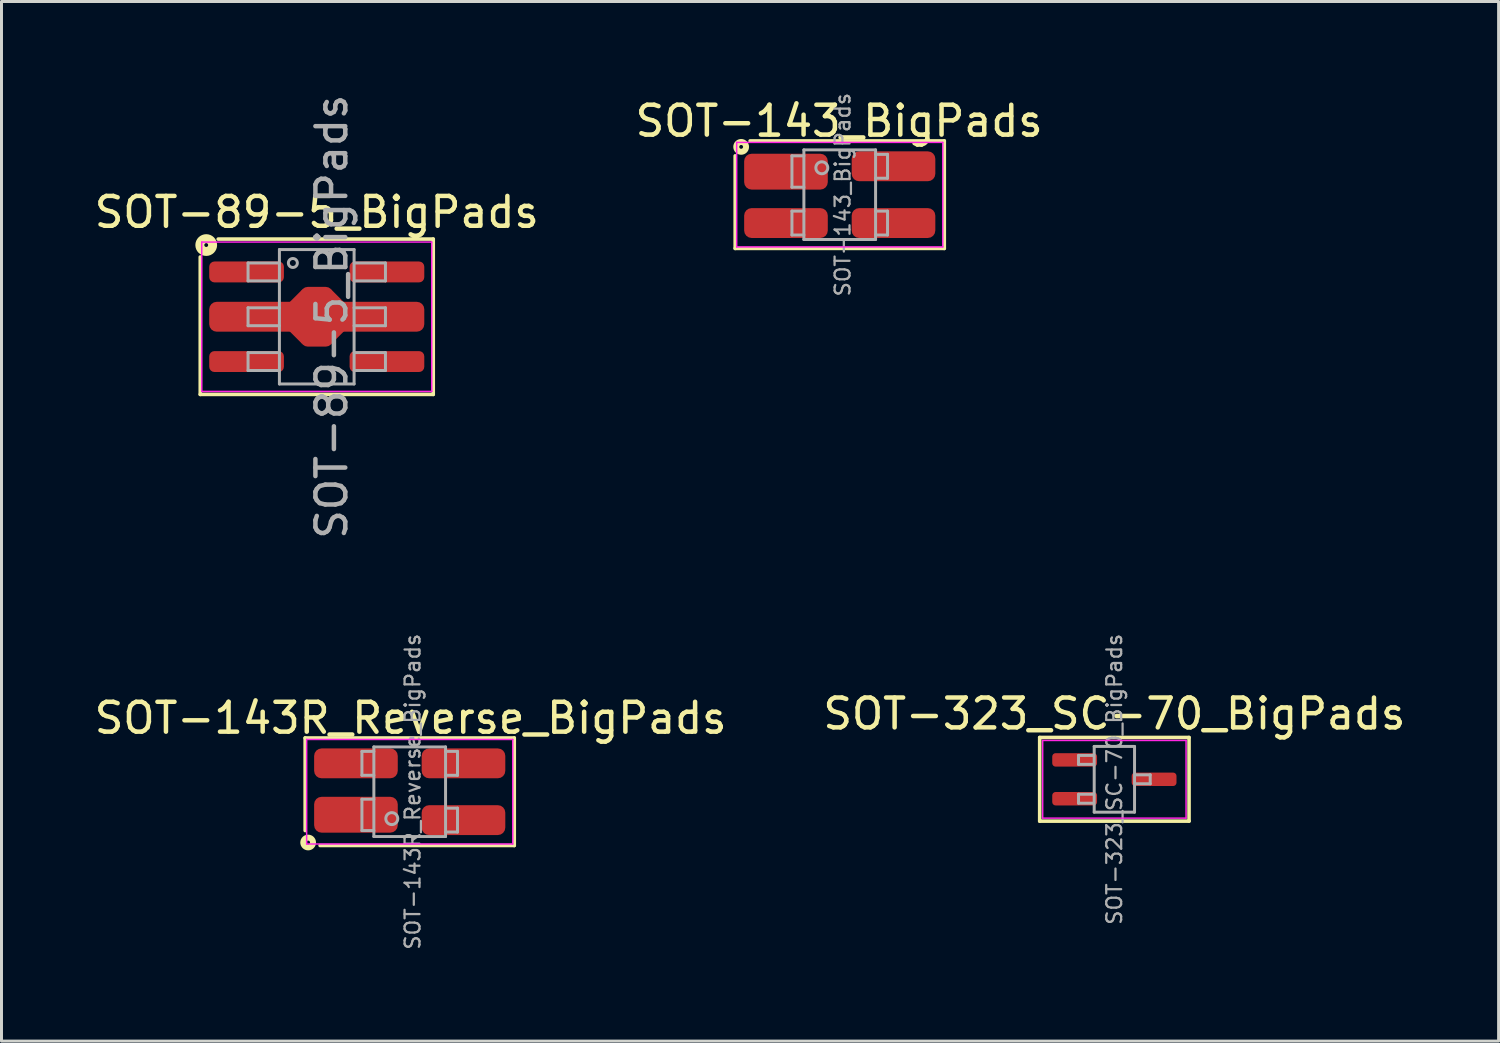
<source format=kicad_pcb>
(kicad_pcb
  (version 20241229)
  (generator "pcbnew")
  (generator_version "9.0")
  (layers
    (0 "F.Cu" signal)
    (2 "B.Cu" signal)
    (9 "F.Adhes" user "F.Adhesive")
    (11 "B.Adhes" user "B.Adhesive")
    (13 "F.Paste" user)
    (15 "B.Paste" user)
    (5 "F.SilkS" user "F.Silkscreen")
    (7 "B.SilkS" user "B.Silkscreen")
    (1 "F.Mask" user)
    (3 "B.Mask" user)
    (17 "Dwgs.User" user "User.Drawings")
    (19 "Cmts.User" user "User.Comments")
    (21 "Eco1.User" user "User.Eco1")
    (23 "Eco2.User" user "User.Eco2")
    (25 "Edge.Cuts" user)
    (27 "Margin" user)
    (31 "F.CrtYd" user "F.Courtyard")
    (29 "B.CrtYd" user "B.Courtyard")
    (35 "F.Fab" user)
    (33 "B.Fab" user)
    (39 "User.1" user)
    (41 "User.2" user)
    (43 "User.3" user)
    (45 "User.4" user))
  (footprint "SOT-323_SC-70_BigPads"
    (layer "F.Cu")
    (at 34.256 23.039)
    (property "Reference" "SOT-323_SC-70_BigPads" (at 0 -2.193 0) (layer "F.SilkS") (effects (font (size 1 1) (thickness 0.15))))
    (attr smd)
    (fp_line (start -2.5 -1.4) (end -2.5 1.4) (stroke (width 0.12) (type solid)) (layer "F.SilkS"))
    (fp_line (start -2.5 1.4) (end 2.5 1.4) (stroke (width 0.12) (type solid)) (layer "F.SilkS"))
    (fp_line (start 2.5 -1.4) (end -2.5 -1.4) (stroke (width 0.12) (type solid)) (layer "F.SilkS"))
    (fp_line (start 2.5 1.4) (end 2.5 -1.4) (stroke (width 0.12) (type solid)) (layer "F.SilkS"))
    (fp_line (start -2.4 -1.3) (end 2.4 -1.3) (stroke (width 0.05) (type solid)) (layer "F.CrtYd"))
    (fp_line (start -2.4 1.3) (end -2.4 -1.3) (stroke (width 0.05) (type solid)) (layer "F.CrtYd"))
    (fp_line (start 2.4 -1.3) (end 2.4 1.3) (stroke (width 0.05) (type solid)) (layer "F.CrtYd"))
    (fp_line (start 2.4 1.3) (end -2.4 1.3) (stroke (width 0.05) (type solid)) (layer "F.CrtYd"))
    (fp_line (start -1.2 -0.8) (end -1.2 -0.5) (stroke (width 0.1) (type solid)) (layer "F.Fab"))
    (fp_line (start -1.2 -0.8) (end -0.7 -0.8) (stroke (width 0.1) (type solid)) (layer "F.Fab"))
    (fp_line (start -1.2 -0.5) (end -0.7 -0.5) (stroke (width 0.1) (type solid)) (layer "F.Fab"))
    (fp_line (start -1.2 0.5) (end -1.2 0.8) (stroke (width 0.1) (type solid)) (layer "F.Fab"))
    (fp_line (start -1.2 0.5) (end -0.7 0.5) (stroke (width 0.1) (type solid)) (layer "F.Fab"))
    (fp_line (start -1.2 0.8) (end -0.7 0.8) (stroke (width 0.1) (type solid)) (layer "F.Fab"))
    (fp_line (start -0.675 -1.1) (end -0.675 1.1) (stroke (width 0.1) (type solid)) (layer "F.Fab"))
    (fp_line (start 0.675 -1.1) (end -0.675 -1.1) (stroke (width 0.1) (type solid)) (layer "F.Fab"))
    (fp_line (start 0.675 -1.1) (end 0.675 1.1) (stroke (width 0.1) (type solid)) (layer "F.Fab"))
    (fp_line (start 0.675 1.1) (end -0.675 1.1) (stroke (width 0.1) (type solid)) (layer "F.Fab"))
    (fp_line (start 1.2 -0.15) (end 0.7 -0.15) (stroke (width 0.1) (type solid)) (layer "F.Fab"))
    (fp_line (start 1.2 0.15) (end 0.7 0.15) (stroke (width 0.1) (type solid)) (layer "F.Fab"))
    (fp_line (start 1.2 0.15) (end 1.2 -0.15) (stroke (width 0.1) (type solid)) (layer "F.Fab"))
    (fp_text user "${REFERENCE}" (at 0 0 90) (layer "F.Fab") (effects (font (size 0.5 0.5) (thickness 0.075))))
    (pad "1" smd roundrect (at -1.33 -0.65 270) (size 0.45 1.5) (layers "F.Cu" "F.Mask" "F.Paste") (roundrect_rratio 0.25))
    (pad "2" smd roundrect (at -1.33 0.65 270) (size 0.45 1.5) (layers "F.Cu" "F.Mask" "F.Paste") (roundrect_rratio 0.25))
    (pad "3" smd roundrect (at 1.33 0 270) (size 0.45 1.5) (layers "F.Cu" "F.Mask" "F.Paste") (roundrect_rratio 0.25)))
  (footprint "SOT-143_BigPads"
    (layer "F.Cu")
    (at 25.062 3.467)
    (property "Reference" "SOT-143_BigPads" (at -0.02 -2.466 0) (layer "F.SilkS") (effects (font (size 1 1) (thickness 0.15))))
    (attr smd)
    (fp_line (start -3.5 -1.3) (end -3.5 1.8) (stroke (width 0.12) (type solid)) (layer "F.SilkS"))
    (fp_line (start -3.5 1.8) (end 3.5 1.8) (stroke (width 0.12) (type solid)) (layer "F.SilkS"))
    (fp_line (start 3.5 -1.8) (end -3 -1.8) (stroke (width 0.12) (type solid)) (layer "F.SilkS"))
    (fp_line (start 3.5 1.8) (end 3.5 -1.8) (stroke (width 0.12) (type solid)) (layer "F.SilkS"))
    (fp_circle (center -3.3 -1.6) (end -3.236 -1.6) (stroke (width 0.2) (type solid)) (fill no) (layer "F.SilkS"))
    (fp_line (start -3.45 1.75) (end -3.45 -1.75) (stroke (width 0.05) (type solid)) (layer "F.CrtYd"))
    (fp_line (start -3.45 1.75) (end 3.45 1.75) (stroke (width 0.05) (type solid)) (layer "F.CrtYd"))
    (fp_line (start 3.45 -1.75) (end -3.45 -1.75) (stroke (width 0.05) (type solid)) (layer "F.CrtYd"))
    (fp_line (start 3.45 -1.75) (end 3.45 1.75) (stroke (width 0.05) (type solid)) (layer "F.CrtYd"))
    (fp_line (start -1.6 -1.3) (end -1.6 -0.25) (stroke (width 0.1) (type solid)) (layer "F.Fab"))
    (fp_line (start -1.6 -0.25) (end -1.2 -0.25) (stroke (width 0.1) (type solid)) (layer "F.Fab"))
    (fp_line (start -1.6 0.55) (end -1.6 1.35) (stroke (width 0.1) (type solid)) (layer "F.Fab"))
    (fp_line (start -1.6 1.35) (end -1.2 1.35) (stroke (width 0.1) (type solid)) (layer "F.Fab"))
    (fp_line (start -1.2 -1.5) (end 1.2 -1.5) (stroke (width 0.1) (type solid)) (layer "F.Fab"))
    (fp_line (start -1.2 -1.3) (end -1.6 -1.3) (stroke (width 0.1) (type solid)) (layer "F.Fab"))
    (fp_line (start -1.2 0.55) (end -1.6 0.55) (stroke (width 0.1) (type solid)) (layer "F.Fab"))
    (fp_line (start -1.2 1.5) (end -1.2 -1.5) (stroke (width 0.1) (type solid)) (layer "F.Fab"))
    (fp_line (start 1.2 -1.5) (end 1.2 1.5) (stroke (width 0.1) (type solid)) (layer "F.Fab"))
    (fp_line (start 1.2 -0.55) (end 1.6 -0.55) (stroke (width 0.1) (type solid)) (layer "F.Fab"))
    (fp_line (start 1.2 1.35) (end 1.6 1.35) (stroke (width 0.1) (type solid)) (layer "F.Fab"))
    (fp_line (start 1.2 1.5) (end -1.2 1.5) (stroke (width 0.1) (type solid)) (layer "F.Fab"))
    (fp_line (start 1.6 -1.35) (end 1.2 -1.35) (stroke (width 0.1) (type solid)) (layer "F.Fab"))
    (fp_line (start 1.6 -0.55) (end 1.6 -1.35) (stroke (width 0.1) (type solid)) (layer "F.Fab"))
    (fp_line (start 1.6 0.55) (end 1.2 0.55) (stroke (width 0.1) (type solid)) (layer "F.Fab"))
    (fp_line (start 1.6 1.35) (end 1.6 0.55) (stroke (width 0.1) (type solid)) (layer "F.Fab"))
    (fp_circle (center -0.6 -0.9) (end -0.4 -0.9) (stroke (width 0.1) (type solid)) (fill no) (layer "F.Fab"))
    (fp_text user "${REFERENCE}" (at 0.1 0 90) (layer "F.Fab") (effects (font (size 0.5 0.5) (thickness 0.075))))
    (pad "1" smd roundrect (at -1.8 -0.77 270) (size 1.2 2.8) (layers "F.Cu" "F.Mask" "F.Paste") (roundrect_rratio 0.208))
    (pad "2" smd roundrect (at -1.8 0.95 270) (size 1 2.8) (layers "F.Cu" "F.Mask" "F.Paste") (roundrect_rratio 0.25))
    (pad "3" smd roundrect (at 1.8 0.95 270) (size 1 2.8) (layers "F.Cu" "F.Mask" "F.Paste") (roundrect_rratio 0.25))
    (pad "4" smd roundrect (at 1.8 -0.95 270) (size 1 2.8) (layers "F.Cu" "F.Mask" "F.Paste") (roundrect_rratio 0.25)))
  (footprint "SOT-143R_Reverse_BigPads"
    (layer "F.Cu")
    (at 10.666 23.455)
    (property "Reference" "SOT-143R_Reverse_BigPads" (at 0.03 -2.466 0) (layer "F.SilkS") (effects (font (size 1 1) (thickness 0.15))))
    (attr smd)
    (fp_line (start -3.5 -1.8) (end -3.5 1.3) (stroke (width 0.12) (type solid)) (layer "F.SilkS"))
    (fp_line (start -3 1.8) (end 3.5 1.8) (stroke (width 0.12) (type solid)) (layer "F.SilkS"))
    (fp_line (start 3.5 -1.8) (end -3.5 -1.8) (stroke (width 0.12) (type solid)) (layer "F.SilkS"))
    (fp_line (start 3.5 1.8) (end 3.5 -1.8) (stroke (width 0.12) (type solid)) (layer "F.SilkS"))
    (fp_circle (center -3.4 1.7) (end -3.337 1.7) (stroke (width 0.2) (type solid)) (fill no) (layer "F.SilkS"))
    (fp_line (start -3.45 1.75) (end -3.45 -1.75) (stroke (width 0.05) (type solid)) (layer "F.CrtYd"))
    (fp_line (start -3.45 1.75) (end 3.45 1.75) (stroke (width 0.05) (type solid)) (layer "F.CrtYd"))
    (fp_line (start 3.45 -1.75) (end -3.45 -1.75) (stroke (width 0.05) (type solid)) (layer "F.CrtYd"))
    (fp_line (start 3.45 -1.75) (end 3.45 1.75) (stroke (width 0.05) (type solid)) (layer "F.CrtYd"))
    (fp_line (start -1.6 -1.35) (end -1.2 -1.35) (stroke (width 0.1) (type solid)) (layer "F.Fab"))
    (fp_line (start -1.6 -0.55) (end -1.6 -1.35) (stroke (width 0.1) (type solid)) (layer "F.Fab"))
    (fp_line (start -1.6 0.25) (end -1.2 0.25) (stroke (width 0.1) (type solid)) (layer "F.Fab"))
    (fp_line (start -1.6 1.3) (end -1.6 0.25) (stroke (width 0.1) (type solid)) (layer "F.Fab"))
    (fp_line (start -1.2 -1.5) (end 1.2 -1.5) (stroke (width 0.1) (type solid)) (layer "F.Fab"))
    (fp_line (start -1.2 -0.55) (end -1.6 -0.55) (stroke (width 0.1) (type solid)) (layer "F.Fab"))
    (fp_line (start -1.2 1.3) (end -1.6 1.3) (stroke (width 0.1) (type solid)) (layer "F.Fab"))
    (fp_line (start -1.2 1.5) (end -1.2 -1.5) (stroke (width 0.1) (type solid)) (layer "F.Fab"))
    (fp_line (start 1.2 -1.5) (end 1.2 1.5) (stroke (width 0.1) (type solid)) (layer "F.Fab"))
    (fp_line (start 1.2 -1.35) (end 1.6 -1.35) (stroke (width 0.1) (type solid)) (layer "F.Fab"))
    (fp_line (start 1.2 0.55) (end 1.6 0.55) (stroke (width 0.1) (type solid)) (layer "F.Fab"))
    (fp_line (start 1.2 1.5) (end -1.2 1.5) (stroke (width 0.1) (type solid)) (layer "F.Fab"))
    (fp_line (start 1.6 -1.35) (end 1.6 -0.55) (stroke (width 0.1) (type solid)) (layer "F.Fab"))
    (fp_line (start 1.6 -0.55) (end 1.2 -0.55) (stroke (width 0.1) (type solid)) (layer "F.Fab"))
    (fp_line (start 1.6 0.55) (end 1.6 1.35) (stroke (width 0.1) (type solid)) (layer "F.Fab"))
    (fp_line (start 1.6 1.35) (end 1.2 1.35) (stroke (width 0.1) (type solid)) (layer "F.Fab"))
    (fp_circle (center -0.6 0.9) (end -0.4 0.9) (stroke (width 0.1) (type solid)) (fill no) (layer "F.Fab"))
    (fp_text user "${REFERENCE}" (at 0.1 0 90) (layer "F.Fab") (effects (font (size 0.5 0.5) (thickness 0.075))))
    (pad "1" smd roundrect (at -1.8 0.77 270) (size 1.2 2.8) (layers "F.Cu" "F.Mask" "F.Paste") (roundrect_rratio 0.208))
    (pad "2" smd roundrect (at -1.8 -0.95 270) (size 1 2.8) (layers "F.Cu" "F.Mask" "F.Paste") (roundrect_rratio 0.25))
    (pad "3" smd roundrect (at 1.8 -0.95 270) (size 1 2.8) (layers "F.Cu" "F.Mask" "F.Paste") (roundrect_rratio 0.25))
    (pad "4" smd roundrect (at 1.8 0.95 270) (size 1 2.8) (layers "F.Cu" "F.Mask" "F.Paste") (roundrect_rratio 0.25)))
  (footprint "SOT-89-5_BigPads"
    (layer "F.Cu")
    (at 7.554 7.554)
    (property "Reference" "SOT-89-5_BigPads" (at 0 -3.5 0) (layer "F.SilkS") (effects (font (size 1 1) (thickness 0.15))))
    (attr smd)
    (fp_line (start -3.9 -2) (end -3.9 2.6) (stroke (width 0.12) (type solid)) (layer "F.SilkS"))
    (fp_line (start -3.9 2.6) (end 3.9 2.6) (stroke (width 0.12) (type solid)) (layer "F.SilkS"))
    (fp_line (start 3.9 -2.6) (end -3.3 -2.6) (stroke (width 0.12) (type solid)) (layer "F.SilkS"))
    (fp_line (start 3.9 2.6) (end 3.9 -2.6) (stroke (width 0.12) (type solid)) (layer "F.SilkS"))
    (fp_circle (center -3.7 -2.4) (end -3.636 -2.4) (stroke (width 0.3) (type solid)) (fill no) (layer "F.SilkS"))
    (fp_line (start -3.85 2.5) (end -3.85 -2.5) (stroke (width 0.05) (type solid)) (layer "F.CrtYd"))
    (fp_line (start -3.85 2.5) (end 3.85 2.5) (stroke (width 0.05) (type solid)) (layer "F.CrtYd"))
    (fp_line (start 3.85 -2.5) (end -3.85 -2.5) (stroke (width 0.05) (type solid)) (layer "F.CrtYd"))
    (fp_line (start 3.85 -2.5) (end 3.85 2.5) (stroke (width 0.05) (type solid)) (layer "F.CrtYd"))
    (fp_line (start -2.3 -1.8) (end -2.3 -1.2) (stroke (width 0.1) (type solid)) (layer "F.Fab"))
    (fp_line (start -2.3 -1.2) (end -1.25 -1.2) (stroke (width 0.1) (type solid)) (layer "F.Fab"))
    (fp_line (start -2.3 -0.3) (end -2.3 0.3) (stroke (width 0.1) (type solid)) (layer "F.Fab"))
    (fp_line (start -2.3 0.3) (end -1.25 0.3) (stroke (width 0.1) (type solid)) (layer "F.Fab"))
    (fp_line (start -2.3 1.2) (end -2.3 1.8) (stroke (width 0.1) (type solid)) (layer "F.Fab"))
    (fp_line (start -2.3 1.8) (end -1.25 1.8) (stroke (width 0.1) (type solid)) (layer "F.Fab"))
    (fp_line (start -1.25 -2.25) (end 1.25 -2.25) (stroke (width 0.1) (type solid)) (layer "F.Fab"))
    (fp_line (start -1.25 -1.8) (end -2.3 -1.8) (stroke (width 0.1) (type solid)) (layer "F.Fab"))
    (fp_line (start -1.25 -0.3) (end -2.3 -0.3) (stroke (width 0.1) (type solid)) (layer "F.Fab"))
    (fp_line (start -1.25 1.2) (end -2.3 1.2) (stroke (width 0.1) (type solid)) (layer "F.Fab"))
    (fp_line (start -1.25 2.25) (end -1.25 -2.25) (stroke (width 0.1) (type solid)) (layer "F.Fab"))
    (fp_line (start 1.25 -2.25) (end 1.25 2.25) (stroke (width 0.1) (type solid)) (layer "F.Fab"))
    (fp_line (start 1.25 -1.2) (end 2.3 -1.2) (stroke (width 0.1) (type solid)) (layer "F.Fab"))
    (fp_line (start 1.25 0.3) (end 2.3 0.3) (stroke (width 0.1) (type solid)) (layer "F.Fab"))
    (fp_line (start 1.25 1.8) (end 2.3 1.8) (stroke (width 0.1) (type solid)) (layer "F.Fab"))
    (fp_line (start 1.25 2.25) (end -1.25 2.25) (stroke (width 0.1) (type solid)) (layer "F.Fab"))
    (fp_line (start 2.3 -1.8) (end 1.25 -1.8) (stroke (width 0.1) (type solid)) (layer "F.Fab"))
    (fp_line (start 2.3 -1.2) (end 2.3 -1.8) (stroke (width 0.1) (type solid)) (layer "F.Fab"))
    (fp_line (start 2.3 -0.3) (end 1.25 -0.3) (stroke (width 0.1) (type solid)) (layer "F.Fab"))
    (fp_line (start 2.3 0.3) (end 2.3 -0.3) (stroke (width 0.1) (type solid)) (layer "F.Fab"))
    (fp_line (start 2.3 1.2) (end 1.25 1.2) (stroke (width 0.1) (type solid)) (layer "F.Fab"))
    (fp_line (start 2.3 1.8) (end 2.3 1.2) (stroke (width 0.1) (type solid)) (layer "F.Fab"))
    (fp_circle (center -0.8 -1.8) (end -0.65 -1.8) (stroke (width 0.1) (type solid)) (fill no) (layer "F.Fab"))
    (fp_text user "${REFERENCE}" (at 0.5 0 90) (layer "F.Fab") (effects (font (size 1 1) (thickness 0.15))))
    (pad "1" smd roundrect (at -2.35 -1.5) (size 2.5 0.7) (layers "F.Cu" "F.Mask" "F.Paste") (roundrect_rratio 0.25))
    (pad "2" smd rect (at -0.49 0.2 45) (size 1 1) (layers "F.Cu" "F.Mask" "F.Paste"))
    (pad "2" smd rect (at -0.48 -0.21 45) (size 1 1) (layers "F.Cu" "F.Mask" "F.Paste"))
    (pad "2" smd roundrect (at 0 0) (size 1.08 2) (layers "F.Cu" "F.Mask" "F.Paste") (roundrect_rratio 0.221))
    (pad "2" smd roundrect (at 0 0) (size 7.2 1) (layers "F.Cu" "F.Mask" "F.Paste") (roundrect_rratio 0.25))
    (pad "2" smd rect (at 0.47 0.22 45) (size 1 1) (layers "F.Cu" "F.Mask" "F.Paste"))
    (pad "2" smd rect (at 0.48 -0.21 45) (size 1 1) (layers "F.Cu" "F.Mask" "F.Paste"))
    (pad "3" smd roundrect (at -2.35 1.5) (size 2.5 0.7) (layers "F.Cu" "F.Mask" "F.Paste") (roundrect_rratio 0.25))
    (pad "4" smd roundrect (at 2.35 1.5) (size 2.5 0.7) (layers "F.Cu" "F.Mask" "F.Paste") (roundrect_rratio 0.25))
    (pad "5" smd roundrect (at 2.35 -1.5) (size 2.5 0.7) (layers "F.Cu" "F.Mask" "F.Paste") (roundrect_rratio 0.25)))
  (gr_rect
    (start -3 -3)
    (end 47.119 31.804)
    (stroke (width 0.1) (type default))
    (fill no)
    (layer "Edge.Cuts")))
</source>
